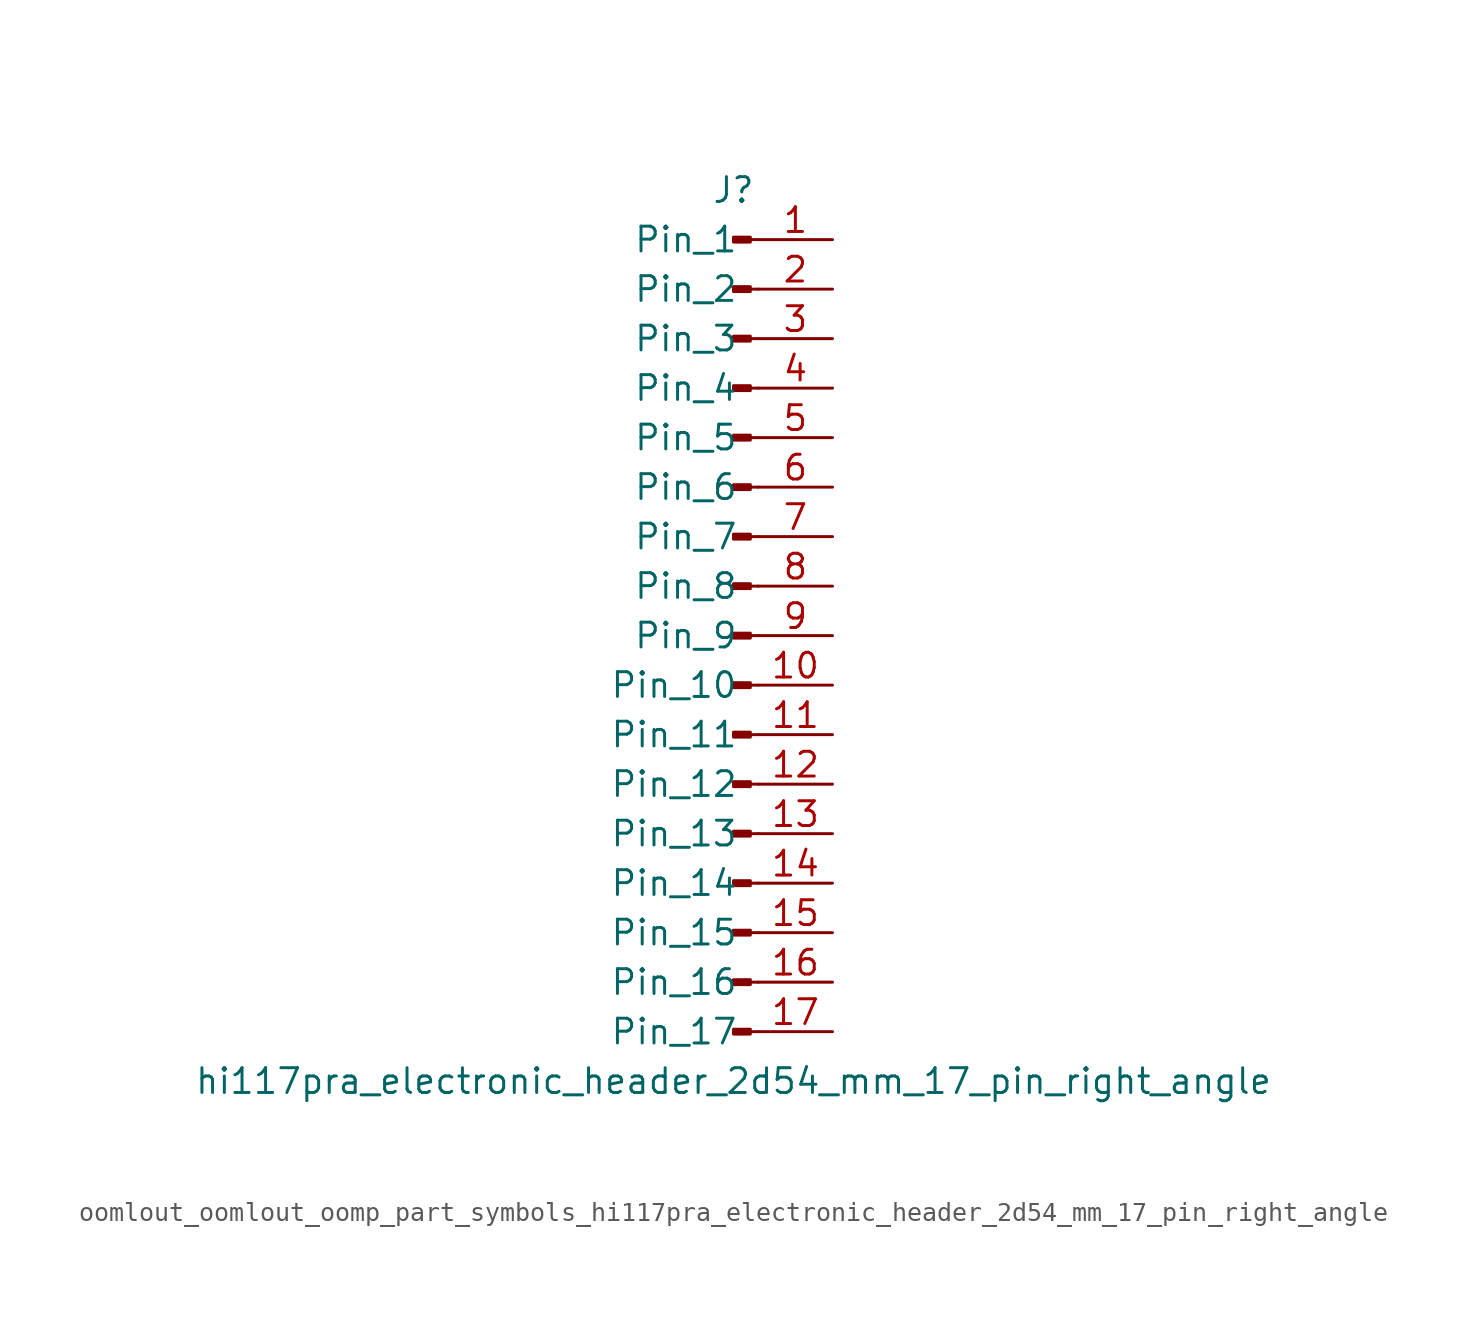
<source format=kicad_sym>
(kicad_symbol_lib
  (version 20220914)
  (generator kicad_symbol_editor)
  (symbol "oomlout_oomlout_oomp_part_symbols_hi117pra_electronic_header_2d54_mm_17_pin_right_angle"
    (pin_names
      (offset 1.016))
    (property "Reference" "J"
      (at 0 22.86 0)
      (effects (font (size 1.27 1.27))))
    (property "Value" "hi117pra_electronic_header_2d54_mm_17_pin_right_angle"
      (at 0 -22.86 0)
      (effects (font (size 1.27 1.27))))
    (property "ki_locked" ""
      (at 0 0 0)
      (effects (font (size 1.27 1.27))))
    (symbol "oomlout_oomlout_oomp_part_symbols_hi117pra_electronic_header_2d54_mm_17_pin_right_angle_1_1"
      (polyline (pts (xy 1.27 -20.32) (xy 0.864 -20.32)) (stroke (width 0.152) (type default)) (fill (type none)))
      (polyline (pts (xy 1.27 -17.78) (xy 0.864 -17.78)) (stroke (width 0.152) (type default)) (fill (type none)))
      (polyline (pts (xy 1.27 -15.24) (xy 0.864 -15.24)) (stroke (width 0.152) (type default)) (fill (type none)))
      (polyline (pts (xy 1.27 -12.7) (xy 0.864 -12.7)) (stroke (width 0.152) (type default)) (fill (type none)))
      (polyline (pts (xy 1.27 -10.16) (xy 0.864 -10.16)) (stroke (width 0.152) (type default)) (fill (type none)))
      (polyline (pts (xy 1.27 -7.62) (xy 0.864 -7.62)) (stroke (width 0.152) (type default)) (fill (type none)))
      (polyline (pts (xy 1.27 -5.08) (xy 0.864 -5.08)) (stroke (width 0.152) (type default)) (fill (type none)))
      (polyline (pts (xy 1.27 -2.54) (xy 0.864 -2.54)) (stroke (width 0.152) (type default)) (fill (type none)))
      (polyline (pts (xy 1.27 0) (xy 0.864 0)) (stroke (width 0.152) (type default)) (fill (type none)))
      (polyline (pts (xy 1.27 2.54) (xy 0.864 2.54)) (stroke (width 0.152) (type default)) (fill (type none)))
      (polyline (pts (xy 1.27 5.08) (xy 0.864 5.08)) (stroke (width 0.152) (type default)) (fill (type none)))
      (polyline (pts (xy 1.27 7.62) (xy 0.864 7.62)) (stroke (width 0.152) (type default)) (fill (type none)))
      (polyline (pts (xy 1.27 10.16) (xy 0.864 10.16)) (stroke (width 0.152) (type default)) (fill (type none)))
      (polyline (pts (xy 1.27 12.7) (xy 0.864 12.7)) (stroke (width 0.152) (type default)) (fill (type none)))
      (polyline (pts (xy 1.27 15.24) (xy 0.864 15.24)) (stroke (width 0.152) (type default)) (fill (type none)))
      (polyline (pts (xy 1.27 17.78) (xy 0.864 17.78)) (stroke (width 0.152) (type default)) (fill (type none)))
      (polyline (pts (xy 1.27 20.32) (xy 0.864 20.32)) (stroke (width 0.152) (type default)) (fill (type none)))
      (rectangle (start 0.864 -20.193) (end 0 -20.447) (stroke (width 0.152) (type default)) (fill (type outline)))
      (rectangle (start 0.864 -17.653) (end 0 -17.907) (stroke (width 0.152) (type default)) (fill (type outline)))
      (rectangle (start 0.864 -15.113) (end 0 -15.367) (stroke (width 0.152) (type default)) (fill (type outline)))
      (rectangle (start 0.864 -12.573) (end 0 -12.827) (stroke (width 0.152) (type default)) (fill (type outline)))
      (rectangle (start 0.864 -10.033) (end 0 -10.287) (stroke (width 0.152) (type default)) (fill (type outline)))
      (rectangle (start 0.864 -7.493) (end 0 -7.747) (stroke (width 0.152) (type default)) (fill (type outline)))
      (rectangle (start 0.864 -4.953) (end 0 -5.207) (stroke (width 0.152) (type default)) (fill (type outline)))
      (rectangle (start 0.864 -2.413) (end 0 -2.667) (stroke (width 0.152) (type default)) (fill (type outline)))
      (rectangle (start 0.864 0.127) (end 0 -0.127) (stroke (width 0.152) (type default)) (fill (type outline)))
      (rectangle (start 0.864 2.667) (end 0 2.413) (stroke (width 0.152) (type default)) (fill (type outline)))
      (rectangle (start 0.864 5.207) (end 0 4.953) (stroke (width 0.152) (type default)) (fill (type outline)))
      (rectangle (start 0.864 7.747) (end 0 7.493) (stroke (width 0.152) (type default)) (fill (type outline)))
      (rectangle (start 0.864 10.287) (end 0 10.033) (stroke (width 0.152) (type default)) (fill (type outline)))
      (rectangle (start 0.864 12.827) (end 0 12.573) (stroke (width 0.152) (type default)) (fill (type outline)))
      (rectangle (start 0.864 15.367) (end 0 15.113) (stroke (width 0.152) (type default)) (fill (type outline)))
      (rectangle (start 0.864 17.907) (end 0 17.653) (stroke (width 0.152) (type default)) (fill (type outline)))
      (rectangle (start 0.864 20.447) (end 0 20.193) (stroke (width 0.152) (type default)) (fill (type outline)))
      (pin passive line (at 5.08 20.32 180) (length 3.81) (name "Pin_1" (effects (font (size 1.27 1.27)))) (number "1" (effects (font (size 1.27 1.27)))))
      (pin passive line (at 5.08 -2.54 180) (length 3.81) (name "Pin_10" (effects (font (size 1.27 1.27)))) (number "10" (effects (font (size 1.27 1.27)))))
      (pin passive line (at 5.08 -5.08 180) (length 3.81) (name "Pin_11" (effects (font (size 1.27 1.27)))) (number "11" (effects (font (size 1.27 1.27)))))
      (pin passive line (at 5.08 -7.62 180) (length 3.81) (name "Pin_12" (effects (font (size 1.27 1.27)))) (number "12" (effects (font (size 1.27 1.27)))))
      (pin passive line (at 5.08 -10.16 180) (length 3.81) (name "Pin_13" (effects (font (size 1.27 1.27)))) (number "13" (effects (font (size 1.27 1.27)))))
      (pin passive line (at 5.08 -12.7 180) (length 3.81) (name "Pin_14" (effects (font (size 1.27 1.27)))) (number "14" (effects (font (size 1.27 1.27)))))
      (pin passive line (at 5.08 -15.24 180) (length 3.81) (name "Pin_15" (effects (font (size 1.27 1.27)))) (number "15" (effects (font (size 1.27 1.27)))))
      (pin passive line (at 5.08 -17.78 180) (length 3.81) (name "Pin_16" (effects (font (size 1.27 1.27)))) (number "16" (effects (font (size 1.27 1.27)))))
      (pin passive line (at 5.08 -20.32 180) (length 3.81) (name "Pin_17" (effects (font (size 1.27 1.27)))) (number "17" (effects (font (size 1.27 1.27)))))
      (pin passive line (at 5.08 17.78 180) (length 3.81) (name "Pin_2" (effects (font (size 1.27 1.27)))) (number "2" (effects (font (size 1.27 1.27)))))
      (pin passive line (at 5.08 15.24 180) (length 3.81) (name "Pin_3" (effects (font (size 1.27 1.27)))) (number "3" (effects (font (size 1.27 1.27)))))
      (pin passive line (at 5.08 12.7 180) (length 3.81) (name "Pin_4" (effects (font (size 1.27 1.27)))) (number "4" (effects (font (size 1.27 1.27)))))
      (pin passive line (at 5.08 10.16 180) (length 3.81) (name "Pin_5" (effects (font (size 1.27 1.27)))) (number "5" (effects (font (size 1.27 1.27)))))
      (pin passive line (at 5.08 7.62 180) (length 3.81) (name "Pin_6" (effects (font (size 1.27 1.27)))) (number "6" (effects (font (size 1.27 1.27)))))
      (pin passive line (at 5.08 5.08 180) (length 3.81) (name "Pin_7" (effects (font (size 1.27 1.27)))) (number "7" (effects (font (size 1.27 1.27)))))
      (pin passive line (at 5.08 2.54 180) (length 3.81) (name "Pin_8" (effects (font (size 1.27 1.27)))) (number "8" (effects (font (size 1.27 1.27)))))
      (pin passive line (at 5.08 0 180) (length 3.81) (name "Pin_9" (effects (font (size 1.27 1.27)))) (number "9" (effects (font (size 1.27 1.27))))))))
</source>
